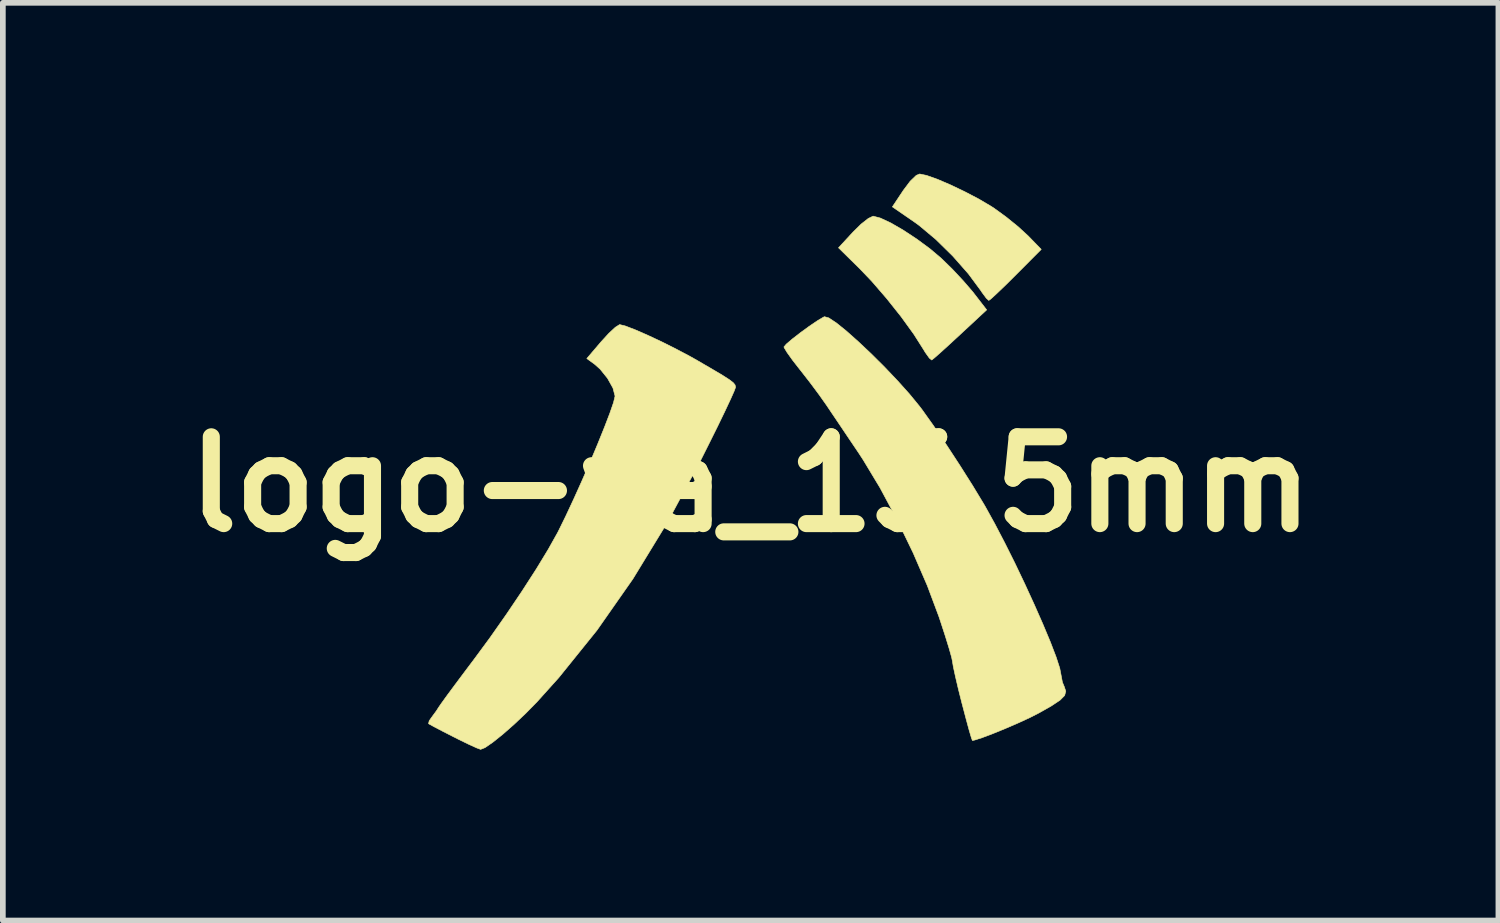
<source format=kicad_pcb>
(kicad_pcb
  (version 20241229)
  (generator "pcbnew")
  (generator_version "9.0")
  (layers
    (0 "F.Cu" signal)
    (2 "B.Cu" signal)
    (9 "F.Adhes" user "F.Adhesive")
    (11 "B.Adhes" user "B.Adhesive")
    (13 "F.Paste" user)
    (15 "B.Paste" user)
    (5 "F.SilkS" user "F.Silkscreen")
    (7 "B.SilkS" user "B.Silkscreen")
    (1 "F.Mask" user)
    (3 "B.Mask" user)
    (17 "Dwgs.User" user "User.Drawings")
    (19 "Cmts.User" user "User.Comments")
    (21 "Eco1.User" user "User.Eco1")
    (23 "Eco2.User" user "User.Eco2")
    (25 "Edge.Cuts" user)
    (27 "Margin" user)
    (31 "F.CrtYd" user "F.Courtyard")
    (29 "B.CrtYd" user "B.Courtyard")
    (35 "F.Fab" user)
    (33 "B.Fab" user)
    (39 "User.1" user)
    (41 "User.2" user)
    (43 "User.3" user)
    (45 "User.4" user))
  (footprint "logo-va_13.5mm"
    (layer "F.Cu")
    (at 10.131 5.455)
    (property "Reference" "logo-va_13.5mm" (at 0 0 0) (layer "F.SilkS") (effects (font (size 1.524 1.524) (thickness 0.3))))
    (attr through_hole)
    (fp_poly (pts (xy 3.089 -5.425) (xy 3.278 -5.358) (xy 3.509 -5.259) (xy 3.76 -5.139) (xy 4.005 -5.011) (xy 4.22 -4.884) (xy 4.27 -4.852) (xy 4.481 -4.699) (xy 4.694 -4.527) (xy 4.862 -4.373) (xy 4.867 -4.369) (xy 5.103 -4.126) (xy 4.656 -3.677) (xy 4.481 -3.503) (xy 4.333 -3.361) (xy 4.228 -3.264) (xy 4.182 -3.229) (xy 4.182 -3.229) (xy 4.138 -3.269) (xy 4.064 -3.369) (xy 4.041 -3.404) (xy 3.824 -3.697) (xy 3.55 -4.008) (xy 3.252 -4.301) (xy 2.962 -4.544) (xy 2.888 -4.598) (xy 2.489 -4.873) (xy 2.681 -5.162) (xy 2.802 -5.323) (xy 2.908 -5.425) (xy 2.967 -5.45) (xy 3.089 -5.425)) (stroke (width 0.01) (type solid)) (fill yes) (layer "F.SilkS"))
    (fp_poly (pts (xy 2.278 -4.676) (xy 2.462 -4.59) (xy 2.683 -4.462) (xy 2.918 -4.307) (xy 3.146 -4.139) (xy 3.344 -3.972) (xy 3.346 -3.97) (xy 3.541 -3.78) (xy 3.737 -3.57) (xy 3.898 -3.383) (xy 3.919 -3.356) (xy 4.145 -3.064) (xy 3.678 -2.63) (xy 3.495 -2.461) (xy 3.34 -2.32) (xy 3.23 -2.223) (xy 3.18 -2.183) (xy 3.18 -2.183) (xy 3.138 -2.217) (xy 3.067 -2.316) (xy 3.034 -2.371) (xy 2.865 -2.637) (xy 2.642 -2.945) (xy 2.388 -3.264) (xy 2.129 -3.564) (xy 1.919 -3.784) (xy 1.543 -4.154) (xy 1.8 -4.432) (xy 1.94 -4.57) (xy 2.066 -4.669) (xy 2.15 -4.709) (xy 2.153 -4.709) (xy 2.278 -4.676)) (stroke (width 0.01) (type solid)) (fill yes) (layer "F.SilkS"))
    (fp_poly (pts (xy -2.201 -2.781) (xy -2.031 -2.716) (xy -1.811 -2.62) (xy -1.561 -2.503) (xy -1.302 -2.373) (xy -1.055 -2.242) (xy -0.942 -2.178) (xy -0.679 -2.025) (xy -0.495 -1.916) (xy -0.375 -1.839) (xy -0.306 -1.786) (xy -0.274 -1.747) (xy -0.265 -1.712) (xy -0.265 -1.704) (xy -0.288 -1.64) (xy -0.353 -1.494) (xy -0.453 -1.281) (xy -0.582 -1.014) (xy -0.735 -0.706) (xy -0.885 -0.407) (xy -1.465 0.674) (xy -2.067 1.66) (xy -2.699 2.563) (xy -3.368 3.393) (xy -3.75 3.818) (xy -3.946 4.018) (xy -4.152 4.213) (xy -4.351 4.388) (xy -4.527 4.529) (xy -4.663 4.623) (xy -4.741 4.654) (xy -4.807 4.63) (xy -4.942 4.569) (xy -5.123 4.481) (xy -5.212 4.436) (xy -5.402 4.339) (xy -5.553 4.26) (xy -5.642 4.211) (xy -5.656 4.202) (xy -5.644 4.152) (xy -5.606 4.097) (xy -5.517 3.976) (xy -5.479 3.916) (xy -5.43 3.845) (xy -5.329 3.705) (xy -5.186 3.512) (xy -5.014 3.282) (xy -4.859 3.076) (xy -4.576 2.692) (xy -4.291 2.286) (xy -4.016 1.878) (xy -3.765 1.489) (xy -3.553 1.14) (xy -3.391 0.851) (xy -3.375 0.82) (xy -3.246 0.557) (xy -3.105 0.255) (xy -2.959 -0.069) (xy -2.816 -0.397) (xy -2.683 -0.715) (xy -2.566 -1.005) (xy -2.472 -1.25) (xy -2.408 -1.435) (xy -2.382 -1.543) (xy -2.381 -1.551) (xy -2.418 -1.692) (xy -2.513 -1.862) (xy -2.642 -2.022) (xy -2.738 -2.108) (xy -2.877 -2.209) (xy -2.623 -2.507) (xy -2.49 -2.652) (xy -2.376 -2.758) (xy -2.303 -2.804) (xy -2.298 -2.805) (xy -2.201 -2.781)) (stroke (width 0.01) (type solid)) (fill yes) (layer "F.SilkS"))
    (fp_poly (pts (xy 1.372 -2.923) (xy 1.505 -2.835) (xy 1.682 -2.692) (xy 1.891 -2.506) (xy 2.119 -2.291) (xy 2.354 -2.057) (xy 2.581 -1.818) (xy 2.79 -1.585) (xy 2.966 -1.37) (xy 3.011 -1.311) (xy 3.207 -1.036) (xy 3.434 -0.7) (xy 3.672 -0.336) (xy 3.899 0.023) (xy 4.095 0.347) (xy 4.124 0.397) (xy 4.286 0.69) (xy 4.46 1.023) (xy 4.639 1.381) (xy 4.815 1.75) (xy 4.982 2.114) (xy 5.134 2.459) (xy 5.264 2.77) (xy 5.364 3.031) (xy 5.428 3.228) (xy 5.45 3.343) (xy 5.475 3.476) (xy 5.507 3.552) (xy 5.534 3.633) (xy 5.514 3.708) (xy 5.434 3.789) (xy 5.281 3.891) (xy 5.06 4.016) (xy 4.897 4.099) (xy 4.69 4.194) (xy 4.465 4.291) (xy 4.247 4.38) (xy 4.061 4.45) (xy 3.932 4.491) (xy 3.894 4.498) (xy 3.876 4.45) (xy 3.837 4.318) (xy 3.784 4.123) (xy 3.721 3.883) (xy 3.712 3.85) (xy 3.648 3.596) (xy 3.596 3.374) (xy 3.56 3.207) (xy 3.545 3.118) (xy 3.545 3.115) (xy 3.529 3.036) (xy 3.484 2.877) (xy 3.417 2.66) (xy 3.334 2.406) (xy 3.306 2.322) (xy 3.103 1.78) (xy 2.853 1.202) (xy 2.571 0.619) (xy 2.274 0.064) (xy 1.977 -0.429) (xy 1.894 -0.556) (xy 1.728 -0.802) (xy 1.566 -1.043) (xy 1.425 -1.252) (xy 1.325 -1.401) (xy 1.324 -1.402) (xy 1.201 -1.576) (xy 1.043 -1.788) (xy 0.881 -1.996) (xy 0.864 -2.017) (xy 0.736 -2.181) (xy 0.639 -2.317) (xy 0.589 -2.4) (xy 0.585 -2.414) (xy 0.626 -2.462) (xy 0.73 -2.551) (xy 0.873 -2.662) (xy 1.028 -2.775) (xy 1.171 -2.872) (xy 1.277 -2.935) (xy 1.297 -2.944) (xy 1.372 -2.923)) (stroke (width 0.01) (type solid)) (fill yes) (layer "F.SilkS")))
  (gr_rect
    (start -3 -3)
    (end 23.262 13.114)
    (stroke (width 0.1) (type default))
    (fill no)
    (layer "Edge.Cuts")))
</source>
